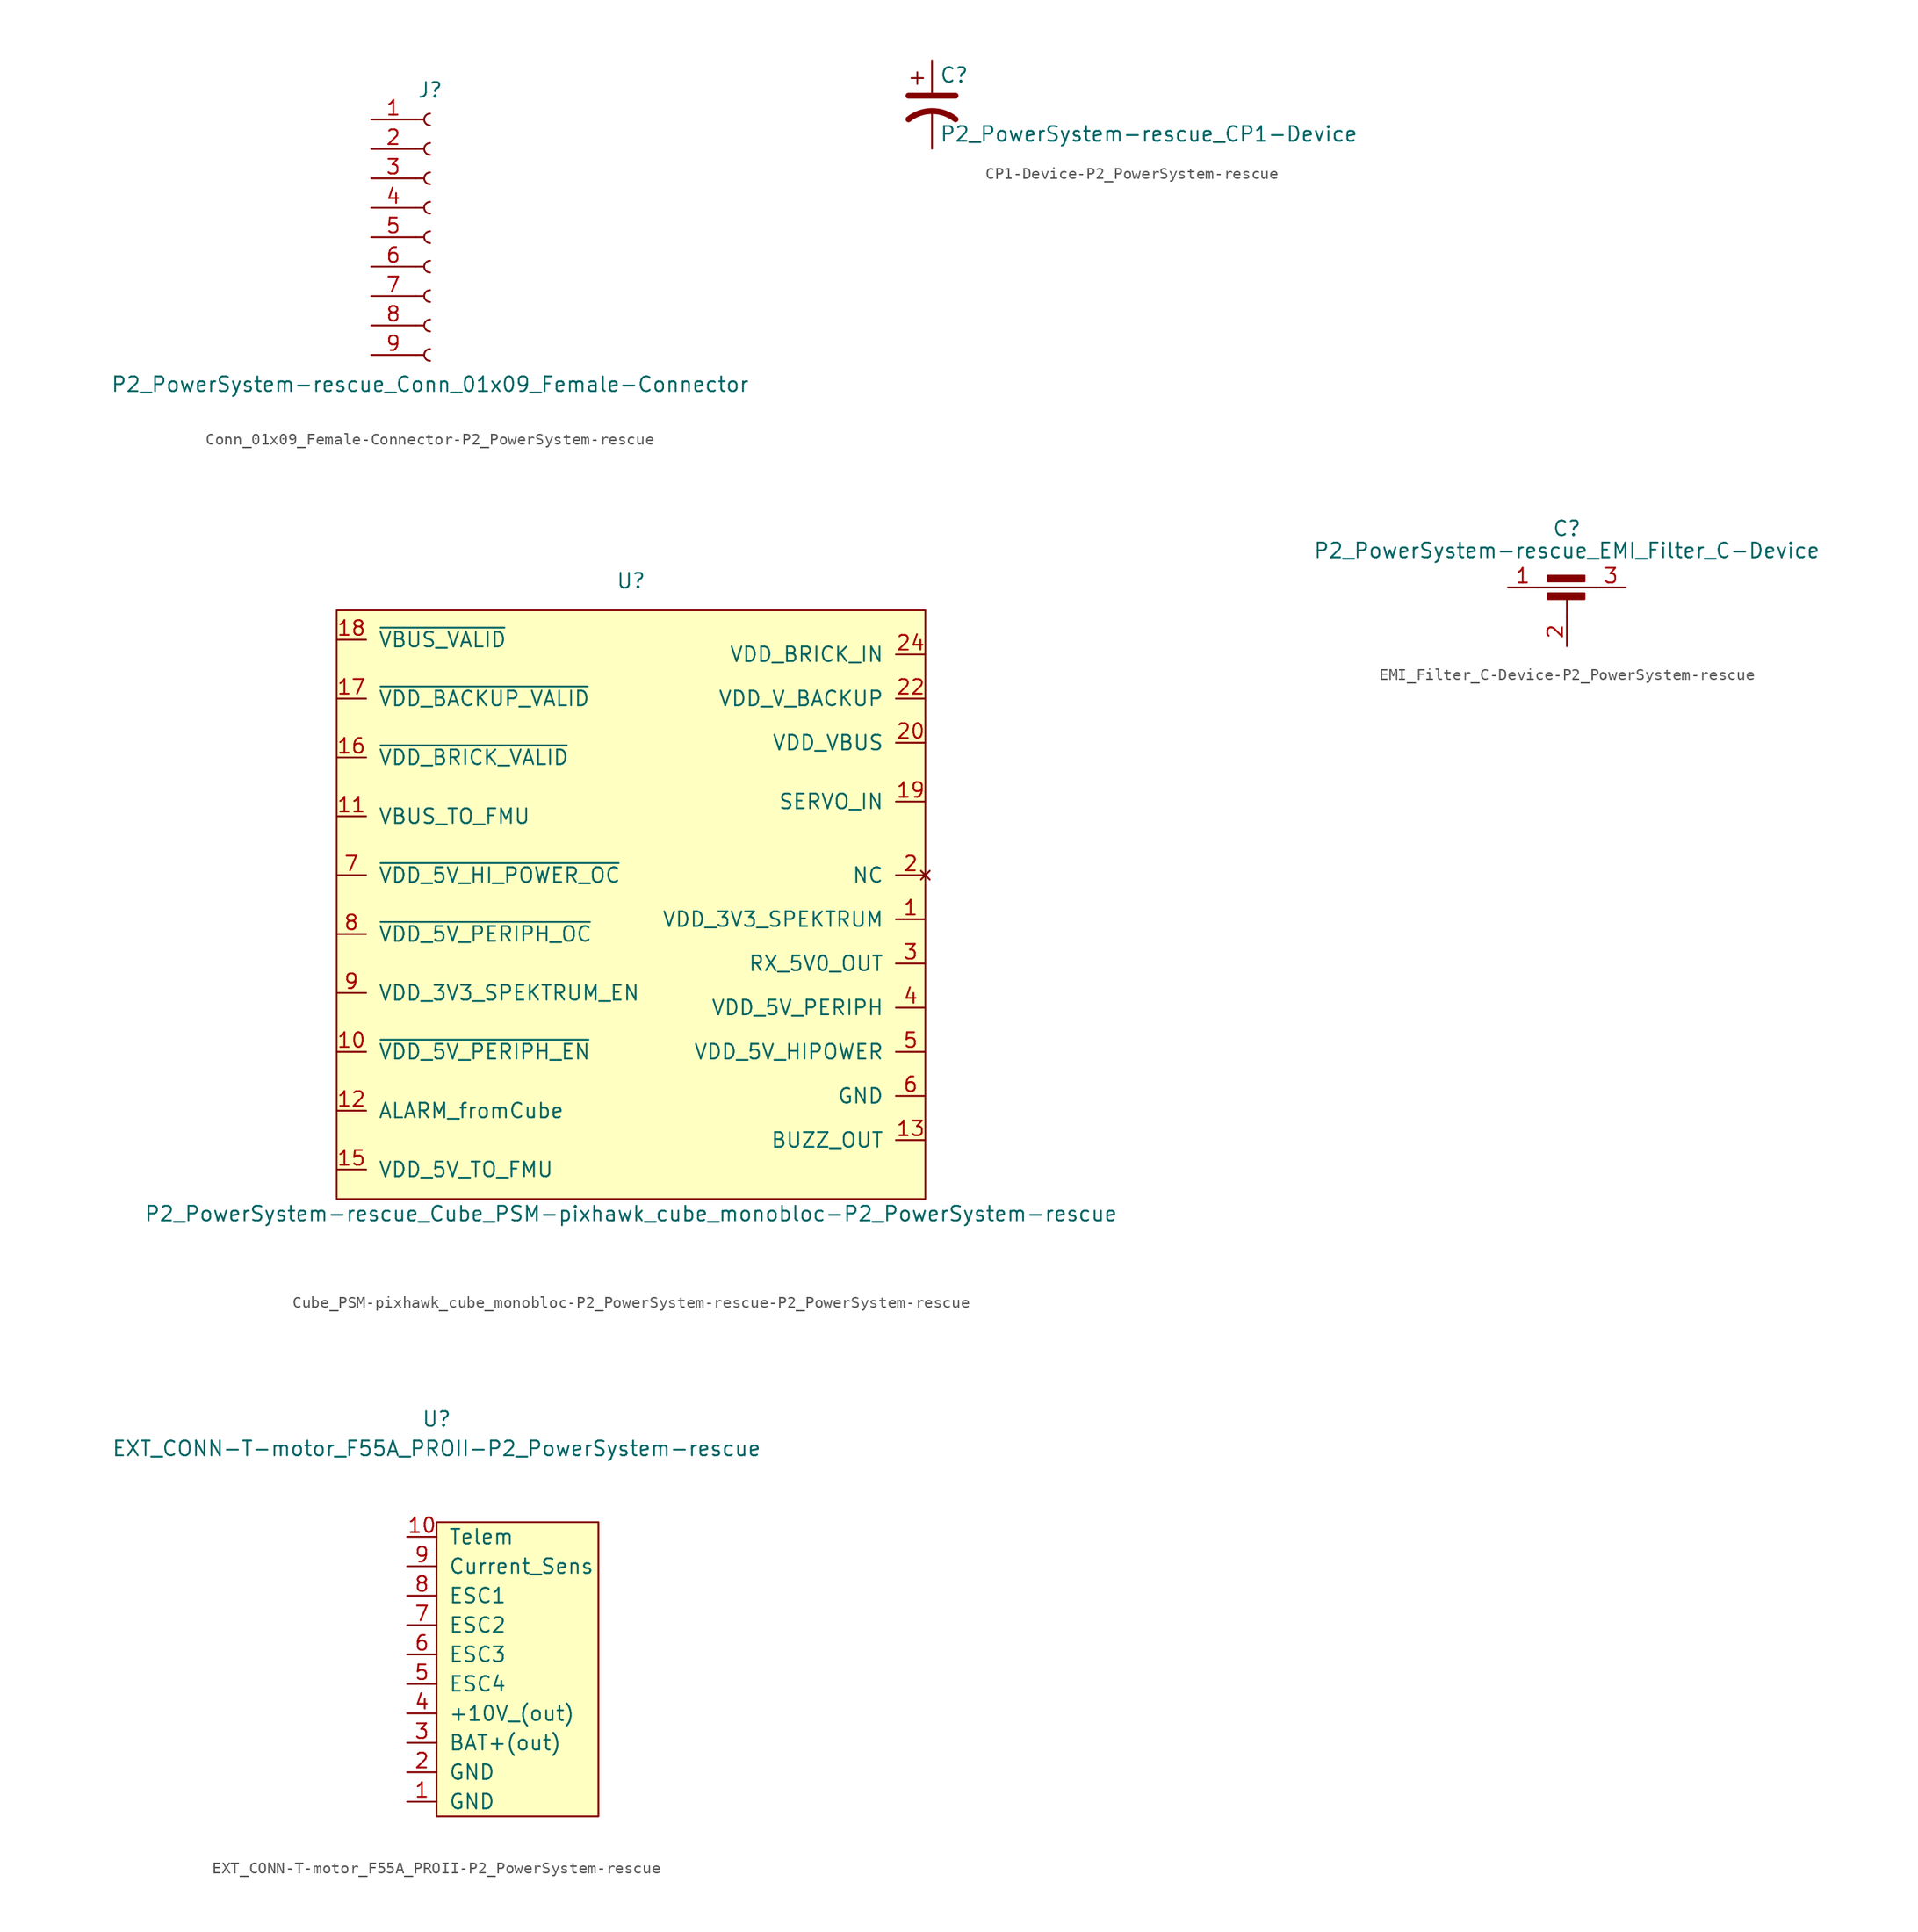
<source format=kicad_sym>
(kicad_symbol_lib
  (version 20231120)
  (generator "kicad_symbol_editor")
  (generator_version "8.0")
  (symbol "Conn_01x09_Female-Connector-P2_PowerSystem-rescue"
    (pin_names
      (offset 1.016) hide)
    (property "Reference" "J"
      (at 0 12.7 0)
      (effects (font (size 1.27 1.27))))
    (property "Value" "P2_PowerSystem-rescue_Conn_01x09_Female-Connector"
      (at 0 -12.7 0)
      (effects (font (size 1.27 1.27))))
    (symbol "Conn_01x09_Female-Connector-P2_PowerSystem-rescue_1_1"
      (arc (start 0 -9.652) (mid -0.508 -10.16) (end 0 -10.668) (stroke (width 0.1524) (type solid)) (fill (type none)))
      (arc (start 0 -7.112) (mid -0.508 -7.62) (end 0 -8.128) (stroke (width 0.1524) (type solid)) (fill (type none)))
      (arc (start 0 -4.572) (mid -0.508 -5.08) (end 0 -5.588) (stroke (width 0.1524) (type solid)) (fill (type none)))
      (arc (start 0 -2.032) (mid -0.508 -2.54) (end 0 -3.048) (stroke (width 0.1524) (type solid)) (fill (type none)))
      (polyline (pts (xy -1.27 -10.16) (xy -0.508 -10.16)) (stroke (width 0.152) (type solid)) (fill (type none)))
      (polyline (pts (xy -1.27 -7.62) (xy -0.508 -7.62)) (stroke (width 0.152) (type solid)) (fill (type none)))
      (polyline (pts (xy -1.27 -5.08) (xy -0.508 -5.08)) (stroke (width 0.152) (type solid)) (fill (type none)))
      (polyline (pts (xy -1.27 -2.54) (xy -0.508 -2.54)) (stroke (width 0.152) (type solid)) (fill (type none)))
      (polyline (pts (xy -1.27 0) (xy -0.508 0)) (stroke (width 0.152) (type solid)) (fill (type none)))
      (polyline (pts (xy -1.27 2.54) (xy -0.508 2.54)) (stroke (width 0.152) (type solid)) (fill (type none)))
      (polyline (pts (xy -1.27 5.08) (xy -0.508 5.08)) (stroke (width 0.152) (type solid)) (fill (type none)))
      (polyline (pts (xy -1.27 7.62) (xy -0.508 7.62)) (stroke (width 0.152) (type solid)) (fill (type none)))
      (polyline (pts (xy -1.27 10.16) (xy -0.508 10.16)) (stroke (width 0.152) (type solid)) (fill (type none)))
      (arc (start 0 0.508) (mid -0.508 0) (end 0 -0.508) (stroke (width 0.1524) (type solid)) (fill (type none)))
      (arc (start 0 3.048) (mid -0.508 2.54) (end 0 2.032) (stroke (width 0.1524) (type solid)) (fill (type none)))
      (arc (start 0 5.588) (mid -0.508 5.08) (end 0 4.572) (stroke (width 0.1524) (type solid)) (fill (type none)))
      (arc (start 0 8.128) (mid -0.508 7.62) (end 0 7.112) (stroke (width 0.1524) (type solid)) (fill (type none)))
      (arc (start 0 10.668) (mid -0.508 10.16) (end 0 9.652) (stroke (width 0.1524) (type solid)) (fill (type none)))
      (pin passive line (at -5.08 10.16 0) (length 3.81) (name "Pin_1" (effects (font (size 1.27 1.27)))) (number "1" (effects (font (size 1.27 1.27)))))
      (pin passive line (at -5.08 7.62 0) (length 3.81) (name "Pin_2" (effects (font (size 1.27 1.27)))) (number "2" (effects (font (size 1.27 1.27)))))
      (pin passive line (at -5.08 5.08 0) (length 3.81) (name "Pin_3" (effects (font (size 1.27 1.27)))) (number "3" (effects (font (size 1.27 1.27)))))
      (pin passive line (at -5.08 2.54 0) (length 3.81) (name "Pin_4" (effects (font (size 1.27 1.27)))) (number "4" (effects (font (size 1.27 1.27)))))
      (pin passive line (at -5.08 0 0) (length 3.81) (name "Pin_5" (effects (font (size 1.27 1.27)))) (number "5" (effects (font (size 1.27 1.27)))))
      (pin passive line (at -5.08 -2.54 0) (length 3.81) (name "Pin_6" (effects (font (size 1.27 1.27)))) (number "6" (effects (font (size 1.27 1.27)))))
      (pin passive line (at -5.08 -5.08 0) (length 3.81) (name "Pin_7" (effects (font (size 1.27 1.27)))) (number "7" (effects (font (size 1.27 1.27)))))
      (pin passive line (at -5.08 -7.62 0) (length 3.81) (name "Pin_8" (effects (font (size 1.27 1.27)))) (number "8" (effects (font (size 1.27 1.27)))))
      (pin passive line (at -5.08 -10.16 0) (length 3.81) (name "Pin_9" (effects (font (size 1.27 1.27)))) (number "9" (effects (font (size 1.27 1.27)))))))
  (symbol "CP1-Device-P2_PowerSystem-rescue"
    (pin_numbers hide)
    (pin_names
      (offset 0.254) hide)
    (property "Reference" "C"
      (at 0.635 2.54 0)
      (effects (font (size 1.27 1.27)) (justify left)))
    (property "Value" "P2_PowerSystem-rescue_CP1-Device"
      (at 0.635 -2.54 0)
      (effects (font (size 1.27 1.27)) (justify left)))
    (symbol "CP1-Device-P2_PowerSystem-rescue_0_1"
      (polyline (pts (xy -2.032 0.762) (xy 2.032 0.762)) (stroke (width 0.508) (type solid)) (fill (type none)))
      (polyline (pts (xy -1.778 2.286) (xy -0.762 2.286)) (stroke (width 0) (type solid)) (fill (type none)))
      (polyline (pts (xy -1.27 1.778) (xy -1.27 2.794)) (stroke (width 0) (type solid)) (fill (type none)))
      (arc (start 2.032 -1.27) (mid 0 -0.5572) (end -2.032 -1.27) (stroke (width 0.508) (type solid)) (fill (type none))))
    (symbol "CP1-Device-P2_PowerSystem-rescue_1_1"
      (pin passive line (at 0 3.81 270) (length 2.794) (name "~" (effects (font (size 1.27 1.27)))) (number "1" (effects (font (size 1.27 1.27)))))
      (pin passive line (at 0 -3.81 90) (length 3.302) (name "~" (effects (font (size 1.27 1.27)))) (number "2" (effects (font (size 1.27 1.27)))))))
  (symbol "Cube_PSM-pixhawk_cube_monobloc-P2_PowerSystem-rescue-P2_PowerSystem-rescue"
    (pin_names
      (offset 1.016))
    (property "Reference" "U"
      (at 0 27.94 0)
      (effects (font (size 1.27 1.27))))
    (property "Value" "P2_PowerSystem-rescue_Cube_PSM-pixhawk_cube_monobloc-P2_PowerSystem-rescue"
      (at 0 -26.67 0)
      (effects (font (size 1.27 1.27))))
    (symbol "Cube_PSM-pixhawk_cube_monobloc-P2_PowerSystem-rescue-P2_PowerSystem-rescue_0_1"
      (rectangle (start -25.4 25.4) (end 25.4 -25.4) (stroke (width 0) (type solid)) (fill (type background))))
    (symbol "Cube_PSM-pixhawk_cube_monobloc-P2_PowerSystem-rescue-P2_PowerSystem-rescue_1_1"
      (pin output line (at 25.4 -1.27 180) (length 2.54) (name "VDD_3V3_SPEKTRUM" (effects (font (size 1.27 1.27)))) (number "1" (effects (font (size 1.27 1.27)))))
      (pin input line (at -25.4 -12.7 0) (length 2.54) (name "~{VDD_5V_PERIPH_EN}" (effects (font (size 1.27 1.27)))) (number "10" (effects (font (size 1.27 1.27)))))
      (pin output line (at -25.4 7.62 0) (length 2.54) (name "VBUS_TO_FMU" (effects (font (size 1.27 1.27)))) (number "11" (effects (font (size 1.27 1.27)))))
      (pin input line (at -25.4 -17.78 0) (length 2.54) (name "ALARM_fromCube" (effects (font (size 1.27 1.27)))) (number "12" (effects (font (size 1.27 1.27)))))
      (pin output line (at 25.4 -20.32 180) (length 2.54) (name "BUZZ_OUT" (effects (font (size 1.27 1.27)))) (number "13" (effects (font (size 1.27 1.27)))))
      (pin output line (at -25.4 -22.86 0) (length 2.54) (name "VDD_5V_TO_FMU" (effects (font (size 1.27 1.27)))) (number "15" (effects (font (size 1.27 1.27)))))
      (pin output line (at -25.4 12.7 0) (length 2.54) (name "~{VDD_BRICK_VALID}" (effects (font (size 1.27 1.27)))) (number "16" (effects (font (size 1.27 1.27)))))
      (pin output line (at -25.4 17.78 0) (length 2.54) (name "~{VDD_BACKUP_VALID}" (effects (font (size 1.27 1.27)))) (number "17" (effects (font (size 1.27 1.27)))))
      (pin output line (at -25.4 22.86 0) (length 2.54) (name "~{VBUS_VALID}" (effects (font (size 1.27 1.27)))) (number "18" (effects (font (size 1.27 1.27)))))
      (pin input line (at 25.4 8.89 180) (length 2.54) (name "SERVO_IN" (effects (font (size 1.27 1.27)))) (number "19" (effects (font (size 1.27 1.27)))))
      (pin no_connect line (at 25.4 2.54 180) (length 2.54) (name "NC" (effects (font (size 1.27 1.27)))) (number "2" (effects (font (size 1.27 1.27)))))
      (pin input line (at 25.4 13.97 180) (length 2.54) (name "VDD_VBUS" (effects (font (size 1.27 1.27)))) (number "20" (effects (font (size 1.27 1.27)))))
      (pin input line (at 25.4 17.78 180) (length 2.54) (name "VDD_V_BACKUP" (effects (font (size 1.27 1.27)))) (number "22" (effects (font (size 1.27 1.27)))))
      (pin input line (at 25.4 21.59 180) (length 2.54) (name "VDD_BRICK_IN" (effects (font (size 1.27 1.27)))) (number "24" (effects (font (size 1.27 1.27)))))
      (pin output line (at 25.4 -5.08 180) (length 2.54) (name "RX_5V0_OUT" (effects (font (size 1.27 1.27)))) (number "3" (effects (font (size 1.27 1.27)))))
      (pin output line (at 25.4 -8.89 180) (length 2.54) (name "VDD_5V_PERIPH" (effects (font (size 1.27 1.27)))) (number "4" (effects (font (size 1.27 1.27)))))
      (pin output line (at 25.4 -12.7 180) (length 2.54) (name "VDD_5V_HIPOWER" (effects (font (size 1.27 1.27)))) (number "5" (effects (font (size 1.27 1.27)))))
      (pin input line (at 25.4 -16.51 180) (length 2.54) (name "GND" (effects (font (size 1.27 1.27)))) (number "6" (effects (font (size 1.27 1.27)))))
      (pin output line (at -25.4 2.54 0) (length 2.54) (name "~{VDD_5V_HI_POWER_OC}" (effects (font (size 1.27 1.27)))) (number "7" (effects (font (size 1.27 1.27)))))
      (pin output line (at -25.4 -2.54 0) (length 2.54) (name "~{VDD_5V_PERIPH_OC}" (effects (font (size 1.27 1.27)))) (number "8" (effects (font (size 1.27 1.27)))))
      (pin input line (at -25.4 -7.62 0) (length 2.54) (name "VDD_3V3_SPEKTRUM_EN" (effects (font (size 1.27 1.27)))) (number "9" (effects (font (size 1.27 1.27)))))))
  (symbol "EMI_Filter_C-Device-P2_PowerSystem-rescue"
    (pin_names
      (offset 0.254) hide)
    (property "Reference" "C"
      (at 0 7.62 0)
      (effects (font (size 1.27 1.27))))
    (property "Value" "P2_PowerSystem-rescue_EMI_Filter_C-Device"
      (at 0 5.715 0)
      (effects (font (size 1.27 1.27))))
    (symbol "EMI_Filter_C-Device-P2_PowerSystem-rescue_0_1"
      (rectangle (start -1.651 1.524) (end 1.524 2.032) (stroke (width 0) (type solid)) (fill (type outline)))
      (polyline (pts (xy -2.54 2.54) (xy 2.54 2.54)) (stroke (width 0) (type solid)) (fill (type none)))
      (polyline (pts (xy 0 0) (xy 0 1.778)) (stroke (width 0) (type solid)) (fill (type none)))
      (rectangle (start 1.524 3.048) (end -1.651 3.556) (stroke (width 0) (type solid)) (fill (type outline))))
    (symbol "EMI_Filter_C-Device-P2_PowerSystem-rescue_1_1"
      (pin passive line (at -5.08 2.54 0) (length 2.54) (name "1" (effects (font (size 1.27 1.27)))) (number "1" (effects (font (size 1.27 1.27)))))
      (pin passive line (at 0 -2.54 90) (length 2.54) (name "2" (effects (font (size 1.27 1.27)))) (number "2" (effects (font (size 1.27 1.27)))))
      (pin passive line (at 5.08 2.54 180) (length 2.54) (name "3" (effects (font (size 1.27 1.27)))) (number "3" (effects (font (size 1.27 1.27)))))))
  (symbol "EXT_CONN-T-motor_F55A_PROII-P2_PowerSystem-rescue"
    (pin_names
      (offset 1.016))
    (property "Reference" "U"
      (at 0 22.86 0)
      (effects (font (size 1.27 1.27))))
    (property "Value" "EXT_CONN-T-motor_F55A_PROII-P2_PowerSystem-rescue"
      (at 0 20.32 0)
      (effects (font (size 1.27 1.27))))
    (symbol "EXT_CONN-T-motor_F55A_PROII-P2_PowerSystem-rescue_0_1"
      (rectangle (start 0 13.97) (end 13.97 -11.43) (stroke (width 0) (type solid)) (fill (type background))))
    (symbol "EXT_CONN-T-motor_F55A_PROII-P2_PowerSystem-rescue_1_1"
      (pin output line (at -2.54 -10.16 0) (length 2.54) (name "GND" (effects (font (size 1.27 1.27)))) (number "1" (effects (font (size 1.27 1.27)))))
      (pin output line (at -2.54 12.7 0) (length 2.54) (name "Telem" (effects (font (size 1.27 1.27)))) (number "10" (effects (font (size 1.27 1.27)))))
      (pin output line (at -2.54 -7.62 0) (length 2.54) (name "GND" (effects (font (size 1.27 1.27)))) (number "2" (effects (font (size 1.27 1.27)))))
      (pin output line (at -2.54 -5.08 0) (length 2.54) (name "BAT+(out)" (effects (font (size 1.27 1.27)))) (number "3" (effects (font (size 1.27 1.27)))))
      (pin output line (at -2.54 -2.54 0) (length 2.54) (name "+10V_(out)" (effects (font (size 1.27 1.27)))) (number "4" (effects (font (size 1.27 1.27)))))
      (pin input line (at -2.54 0 0) (length 2.54) (name "ESC4" (effects (font (size 1.27 1.27)))) (number "5" (effects (font (size 1.27 1.27)))))
      (pin input line (at -2.54 2.54 0) (length 2.54) (name "ESC3" (effects (font (size 1.27 1.27)))) (number "6" (effects (font (size 1.27 1.27)))))
      (pin input line (at -2.54 5.08 0) (length 2.54) (name "ESC2" (effects (font (size 1.27 1.27)))) (number "7" (effects (font (size 1.27 1.27)))))
      (pin input line (at -2.54 7.62 0) (length 2.54) (name "ESC1" (effects (font (size 1.27 1.27)))) (number "8" (effects (font (size 1.27 1.27)))))
      (pin output line (at -2.54 10.16 0) (length 2.54) (name "Current_Sens" (effects (font (size 1.27 1.27)))) (number "9" (effects (font (size 1.27 1.27))))))))
</source>
